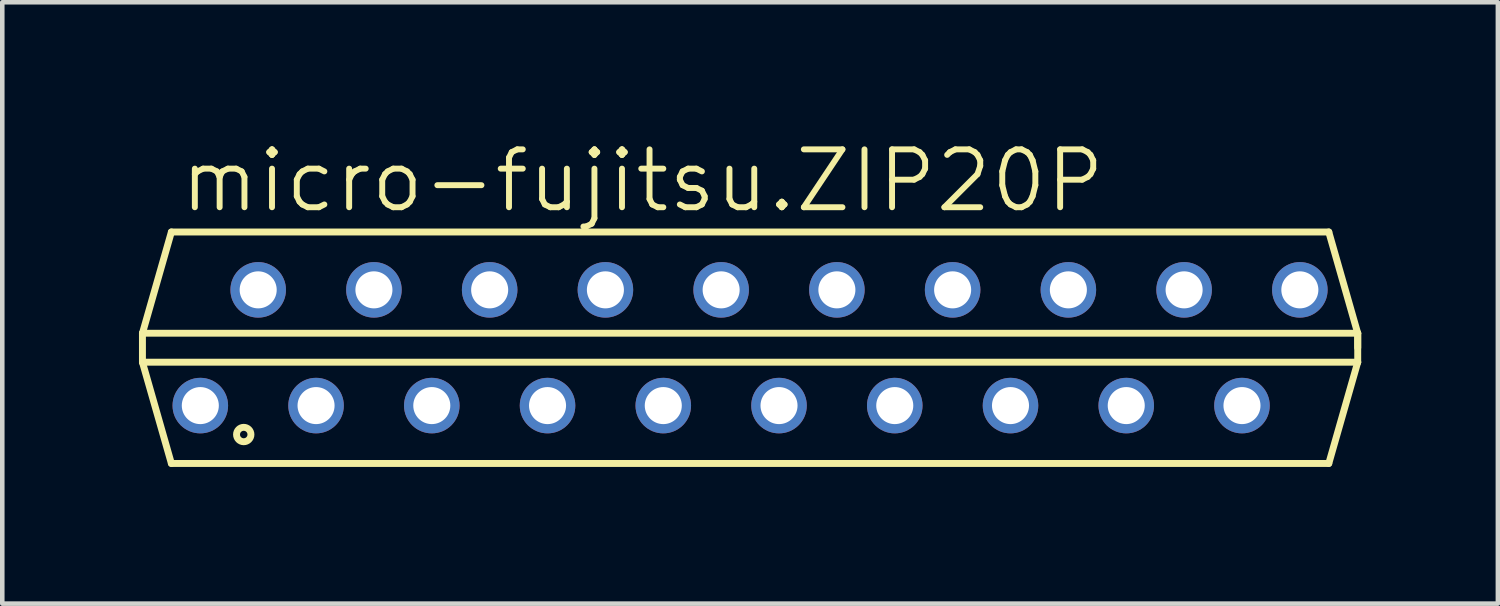
<source format=kicad_pcb>
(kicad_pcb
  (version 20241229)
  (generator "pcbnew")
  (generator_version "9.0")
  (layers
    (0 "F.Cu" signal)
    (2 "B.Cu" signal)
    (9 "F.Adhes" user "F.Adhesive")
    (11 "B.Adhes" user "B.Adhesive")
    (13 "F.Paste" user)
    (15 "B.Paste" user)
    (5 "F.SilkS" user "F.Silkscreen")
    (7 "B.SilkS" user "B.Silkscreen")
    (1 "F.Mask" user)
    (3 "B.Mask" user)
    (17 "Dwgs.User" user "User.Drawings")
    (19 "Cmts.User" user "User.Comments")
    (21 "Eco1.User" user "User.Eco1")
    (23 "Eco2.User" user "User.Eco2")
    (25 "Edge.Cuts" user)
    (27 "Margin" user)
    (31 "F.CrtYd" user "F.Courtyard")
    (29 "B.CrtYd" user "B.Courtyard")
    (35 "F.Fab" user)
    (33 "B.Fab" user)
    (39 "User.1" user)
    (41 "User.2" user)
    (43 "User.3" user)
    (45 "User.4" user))
  (footprint "micro-fujitsu.ZIP20P"
    (layer "F.Cu")
    (at 11.506 4.581)
    (property "Reference" "micro-fujitsu.ZIP20P" (at -10.668 -2.921 0) (layer "F.SilkS") (effects (font (size 1.27 1.27) (thickness 0.13)) (justify left bottom)))
    (attr through_hole)
    (fp_line (start -11.43 -0.318) (end -11.43 0.318) (stroke (width 0.152) (type default)) (layer "F.SilkS"))
    (fp_line (start -11.43 -0.318) (end 15.24 -0.318) (stroke (width 0.152) (type default)) (layer "F.SilkS"))
    (fp_line (start -11.43 0.318) (end 15.24 0.318) (stroke (width 0.152) (type default)) (layer "F.SilkS"))
    (fp_line (start -10.795 -2.54) (end -11.43 -0.318) (stroke (width 0.152) (type default)) (layer "F.SilkS"))
    (fp_line (start -10.795 -2.54) (end 14.605 -2.54) (stroke (width 0.152) (type default)) (layer "F.SilkS"))
    (fp_line (start -10.795 2.54) (end -11.43 0.318) (stroke (width 0.152) (type default)) (layer "F.SilkS"))
    (fp_line (start -10.795 2.54) (end 14.605 2.54) (stroke (width 0.152) (type default)) (layer "F.SilkS"))
    (fp_line (start 14.605 -2.54) (end 15.24 -0.318) (stroke (width 0.152) (type default)) (layer "F.SilkS"))
    (fp_line (start 15.24 -0.318) (end 15.24 0) (stroke (width 0.152) (type default)) (layer "F.SilkS"))
    (fp_line (start 15.24 -0.318) (end 15.24 0.318) (stroke (width 0.152) (type default)) (layer "F.SilkS"))
    (fp_line (start 15.24 0.318) (end 14.605 2.54) (stroke (width 0.152) (type default)) (layer "F.SilkS"))
    (fp_circle (center -9.207 1.905) (end -9.049 1.905) (stroke (width 0.152) (type default)) (fill no) (layer "F.SilkS"))
    (pad "1" thru_hole circle (at -10.16 1.27) (size 1.219 1.219) (drill 0.813) (layers "*.Cu" "*.Mask"))
    (pad "2" thru_hole circle (at -8.89 -1.27) (size 1.219 1.219) (drill 0.813) (layers "*.Cu" "*.Mask"))
    (pad "3" thru_hole circle (at -7.62 1.27) (size 1.219 1.219) (drill 0.813) (layers "*.Cu" "*.Mask"))
    (pad "4" thru_hole circle (at -6.35 -1.27) (size 1.219 1.219) (drill 0.813) (layers "*.Cu" "*.Mask"))
    (pad "5" thru_hole circle (at -5.08 1.27) (size 1.219 1.219) (drill 0.813) (layers "*.Cu" "*.Mask"))
    (pad "6" thru_hole circle (at -3.81 -1.27) (size 1.219 1.219) (drill 0.813) (layers "*.Cu" "*.Mask"))
    (pad "7" thru_hole circle (at -2.54 1.27) (size 1.219 1.219) (drill 0.813) (layers "*.Cu" "*.Mask"))
    (pad "8" thru_hole circle (at -1.27 -1.27) (size 1.219 1.219) (drill 0.813) (layers "*.Cu" "*.Mask"))
    (pad "9" thru_hole circle (at 0 1.27) (size 1.219 1.219) (drill 0.813) (layers "*.Cu" "*.Mask"))
    (pad "10" thru_hole circle (at 1.27 -1.27) (size 1.219 1.219) (drill 0.813) (layers "*.Cu" "*.Mask"))
    (pad "11" thru_hole circle (at 2.54 1.27) (size 1.219 1.219) (drill 0.813) (layers "*.Cu" "*.Mask"))
    (pad "12" thru_hole circle (at 3.81 -1.27) (size 1.219 1.219) (drill 0.813) (layers "*.Cu" "*.Mask"))
    (pad "13" thru_hole circle (at 5.08 1.27) (size 1.219 1.219) (drill 0.813) (layers "*.Cu" "*.Mask"))
    (pad "14" thru_hole circle (at 6.35 -1.27) (size 1.219 1.219) (drill 0.813) (layers "*.Cu" "*.Mask"))
    (pad "15" thru_hole circle (at 7.62 1.27) (size 1.219 1.219) (drill 0.813) (layers "*.Cu" "*.Mask"))
    (pad "16" thru_hole circle (at 8.89 -1.27) (size 1.219 1.219) (drill 0.813) (layers "*.Cu" "*.Mask"))
    (pad "17" thru_hole circle (at 10.16 1.27) (size 1.219 1.219) (drill 0.813) (layers "*.Cu" "*.Mask"))
    (pad "18" thru_hole circle (at 11.43 -1.27) (size 1.219 1.219) (drill 0.813) (layers "*.Cu" "*.Mask"))
    (pad "19" thru_hole circle (at 12.7 1.27) (size 1.219 1.219) (drill 0.813) (layers "*.Cu" "*.Mask"))
    (pad "20" thru_hole circle (at 13.97 -1.27) (size 1.219 1.219) (drill 0.813) (layers "*.Cu" "*.Mask")))
  (gr_rect
    (start -3 -3)
    (end 29.822 10.197)
    (stroke (width 0.1) (type default))
    (fill no)
    (layer "Edge.Cuts")))
</source>
